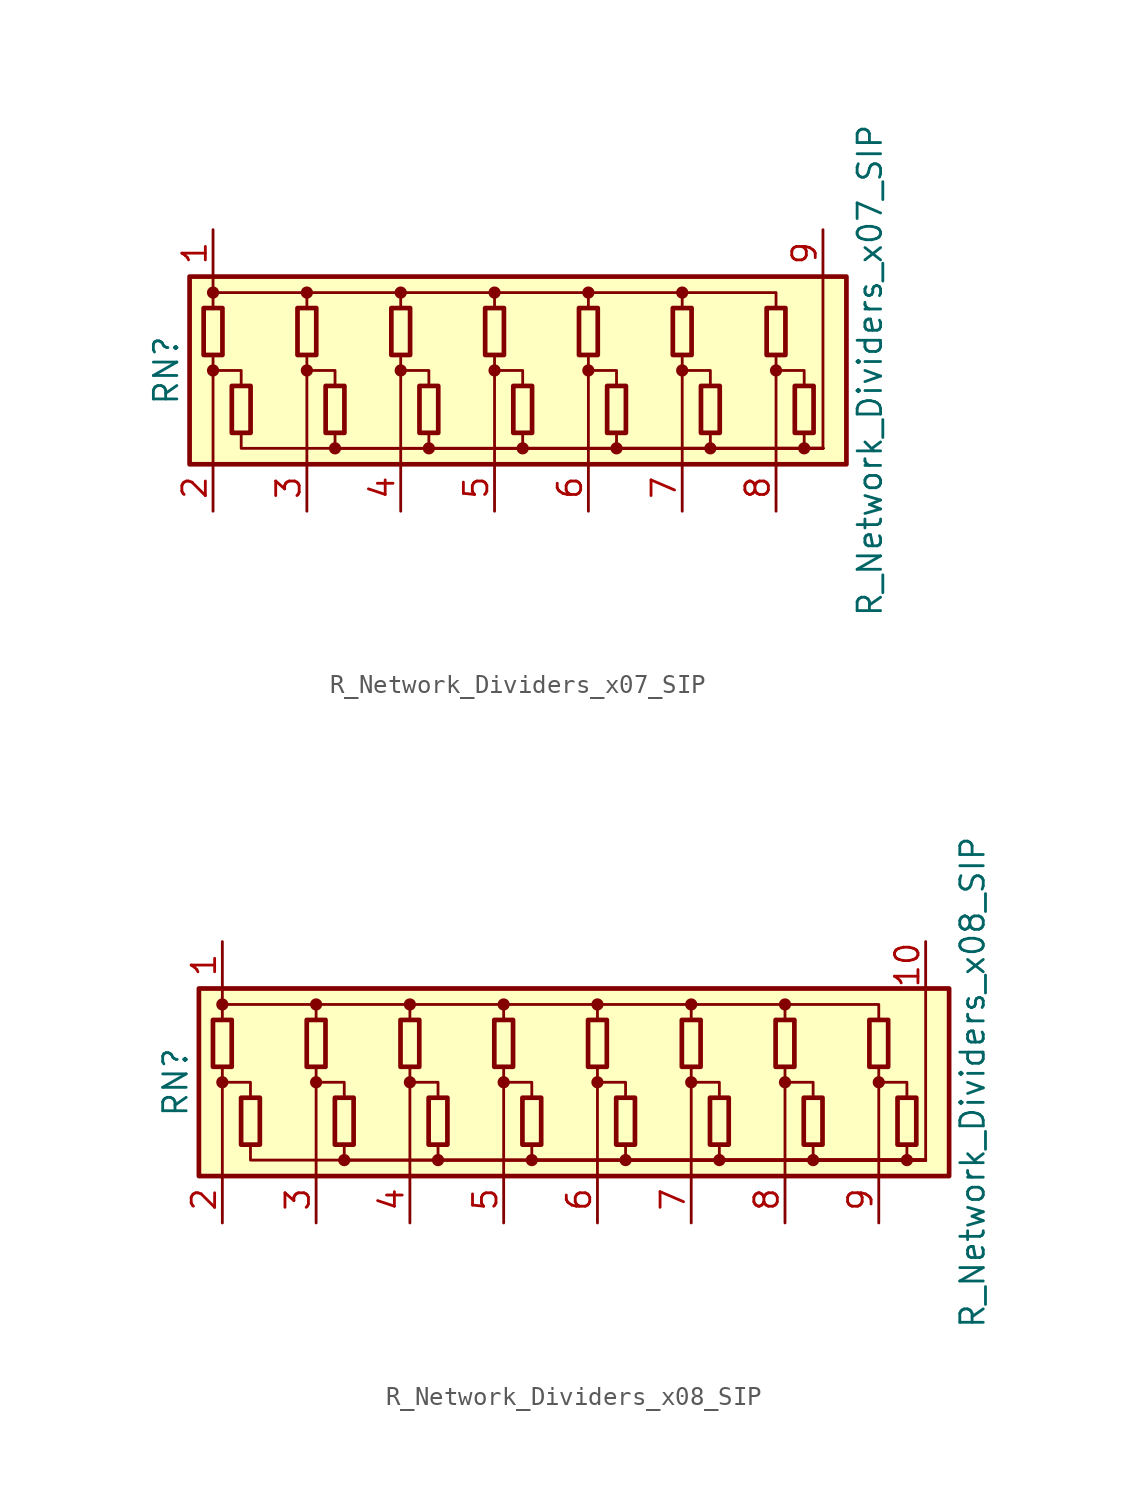
<source format=kicad_sym>
(kicad_symbol_lib
  (version 20241209)
  (generator "kicad_symbol_editor")
  (generator_version "9.0")
  (symbol "R_Network_Dividers_x07_SIP"
    (pin_names
      (offset 0)
      (hide yes))
    (property "Reference" "RN"
      (at -17.78 0 90)
      (effects (font (size 1.27 1.27))))
    (property "Value" "R_Network_Dividers_x07_SIP"
      (at 20.32 0 90)
      (effects (font (size 1.27 1.27))))
    (symbol "R_Network_Dividers_x07_SIP_0_1"
      (rectangle (start -16.51 -5.08) (end 19.05 5.08) (stroke (width 0.254) (type default)) (fill (type background)))
      (rectangle (start -15.748 3.378) (end -14.732 0.838) (stroke (width 0.254) (type default)) (fill (type none)))
      (polyline (pts (xy -15.24 5.08) (xy -15.24 3.378)) (stroke (width 0) (type default)) (fill (type none)))
      (circle (center -15.24 4.216) (radius 0.254) (stroke (width 0) (type default)) (fill (type outline)))
      (polyline (pts (xy -15.24 4.216) (xy -10.16 4.216) (xy -10.16 3.378)) (stroke (width 0) (type default)) (fill (type none)))
      (circle (center -15.24 0) (radius 0.254) (stroke (width 0) (type default)) (fill (type outline)))
      (polyline (pts (xy -15.24 0) (xy -13.716 0) (xy -13.716 -0.838)) (stroke (width 0) (type default)) (fill (type none)))
      (polyline (pts (xy -15.24 -5.08) (xy -15.24 0.838)) (stroke (width 0) (type default)) (fill (type none)))
      (rectangle (start -14.224 -3.378) (end -13.208 -0.838) (stroke (width 0.254) (type default)) (fill (type none)))
      (polyline (pts (xy -13.716 -3.378) (xy -13.716 -4.216) (xy 17.78 -4.216)) (stroke (width 0) (type default)) (fill (type none)))
      (rectangle (start -10.668 3.378) (end -9.652 0.838) (stroke (width 0.254) (type default)) (fill (type none)))
      (circle (center -10.16 4.216) (radius 0.254) (stroke (width 0) (type default)) (fill (type outline)))
      (polyline (pts (xy -10.16 4.216) (xy -5.08 4.216) (xy -5.08 3.378)) (stroke (width 0) (type default)) (fill (type none)))
      (circle (center -10.16 0) (radius 0.254) (stroke (width 0) (type default)) (fill (type outline)))
      (polyline (pts (xy -10.16 0) (xy -8.636 0) (xy -8.636 -0.838)) (stroke (width 0) (type default)) (fill (type none)))
      (polyline (pts (xy -10.16 -5.08) (xy -10.16 0.838)) (stroke (width 0) (type default)) (fill (type none)))
      (rectangle (start -9.144 -3.378) (end -8.128 -0.838) (stroke (width 0.254) (type default)) (fill (type none)))
      (polyline (pts (xy -8.636 -3.378) (xy -8.636 -4.216) (xy 17.78 -4.216)) (stroke (width 0) (type default)) (fill (type none)))
      (circle (center -8.636 -4.216) (radius 0.254) (stroke (width 0) (type default)) (fill (type outline)))
      (rectangle (start -5.588 3.378) (end -4.572 0.838) (stroke (width 0.254) (type default)) (fill (type none)))
      (circle (center -5.08 4.216) (radius 0.254) (stroke (width 0) (type default)) (fill (type outline)))
      (polyline (pts (xy -5.08 4.216) (xy 0 4.216) (xy 0 3.378)) (stroke (width 0) (type default)) (fill (type none)))
      (circle (center -5.08 0) (radius 0.254) (stroke (width 0) (type default)) (fill (type outline)))
      (polyline (pts (xy -5.08 0) (xy -3.556 0) (xy -3.556 -0.838)) (stroke (width 0) (type default)) (fill (type none)))
      (polyline (pts (xy -5.08 -5.08) (xy -5.08 0.838)) (stroke (width 0) (type default)) (fill (type none)))
      (rectangle (start -4.064 -3.378) (end -3.048 -0.838) (stroke (width 0.254) (type default)) (fill (type none)))
      (polyline (pts (xy -3.556 -3.378) (xy -3.556 -4.216) (xy 17.78 -4.216)) (stroke (width 0) (type default)) (fill (type none)))
      (circle (center -3.556 -4.216) (radius 0.254) (stroke (width 0) (type default)) (fill (type outline)))
      (rectangle (start -0.508 3.378) (end 0.508 0.838) (stroke (width 0.254) (type default)) (fill (type none)))
      (circle (center 0 4.216) (radius 0.254) (stroke (width 0) (type default)) (fill (type outline)))
      (polyline (pts (xy 0 4.216) (xy 5.08 4.216) (xy 5.08 3.378)) (stroke (width 0) (type default)) (fill (type none)))
      (polyline (pts (xy 0 0) (xy 1.524 0) (xy 1.524 -0.838)) (stroke (width 0) (type default)) (fill (type none)))
      (circle (center 0 0) (radius 0.254) (stroke (width 0) (type default)) (fill (type outline)))
      (polyline (pts (xy 0 -5.08) (xy 0 0.838)) (stroke (width 0) (type default)) (fill (type none)))
      (rectangle (start 1.016 -3.378) (end 2.032 -0.838) (stroke (width 0.254) (type default)) (fill (type none)))
      (polyline (pts (xy 1.524 -3.378) (xy 1.524 -4.216) (xy 17.78 -4.216)) (stroke (width 0) (type default)) (fill (type none)))
      (circle (center 1.524 -4.216) (radius 0.254) (stroke (width 0) (type default)) (fill (type outline)))
      (rectangle (start 4.572 3.378) (end 5.588 0.838) (stroke (width 0.254) (type default)) (fill (type none)))
      (polyline (pts (xy 5.08 4.216) (xy 10.16 4.216) (xy 10.16 3.378)) (stroke (width 0) (type default)) (fill (type none)))
      (circle (center 5.08 4.216) (radius 0.254) (stroke (width 0) (type default)) (fill (type outline)))
      (polyline (pts (xy 5.08 0) (xy 6.604 0) (xy 6.604 -0.838)) (stroke (width 0) (type default)) (fill (type none)))
      (circle (center 5.08 0) (radius 0.254) (stroke (width 0) (type default)) (fill (type outline)))
      (polyline (pts (xy 5.08 -5.08) (xy 5.08 0.838)) (stroke (width 0) (type default)) (fill (type none)))
      (rectangle (start 6.096 -3.378) (end 7.112 -0.838) (stroke (width 0.254) (type default)) (fill (type none)))
      (polyline (pts (xy 6.604 -3.378) (xy 6.604 -4.216) (xy 17.78 -4.216)) (stroke (width 0) (type default)) (fill (type none)))
      (circle (center 6.604 -4.216) (radius 0.254) (stroke (width 0) (type default)) (fill (type outline)))
      (rectangle (start 9.652 3.378) (end 10.668 0.838) (stroke (width 0.254) (type default)) (fill (type none)))
      (polyline (pts (xy 10.16 4.216) (xy 15.24 4.216) (xy 15.24 3.378)) (stroke (width 0) (type default)) (fill (type none)))
      (circle (center 10.16 4.216) (radius 0.254) (stroke (width 0) (type default)) (fill (type outline)))
      (polyline (pts (xy 10.16 0) (xy 11.684 0) (xy 11.684 -0.838)) (stroke (width 0) (type default)) (fill (type none)))
      (circle (center 10.16 0) (radius 0.254) (stroke (width 0) (type default)) (fill (type outline)))
      (polyline (pts (xy 10.16 -5.08) (xy 10.16 0.838)) (stroke (width 0) (type default)) (fill (type none)))
      (rectangle (start 11.176 -3.378) (end 12.192 -0.838) (stroke (width 0.254) (type default)) (fill (type none)))
      (polyline (pts (xy 11.684 -3.378) (xy 11.684 -4.216) (xy 17.78 -4.216)) (stroke (width 0) (type default)) (fill (type none)))
      (circle (center 11.684 -4.216) (radius 0.254) (stroke (width 0) (type default)) (fill (type outline)))
      (rectangle (start 14.732 3.378) (end 15.748 0.838) (stroke (width 0.254) (type default)) (fill (type none)))
      (polyline (pts (xy 15.24 0) (xy 16.764 0) (xy 16.764 -0.838)) (stroke (width 0) (type default)) (fill (type none)))
      (circle (center 15.24 0) (radius 0.254) (stroke (width 0) (type default)) (fill (type outline)))
      (polyline (pts (xy 15.24 -5.08) (xy 15.24 0.838)) (stroke (width 0) (type default)) (fill (type none)))
      (rectangle (start 16.256 -3.378) (end 17.272 -0.838) (stroke (width 0.254) (type default)) (fill (type none)))
      (polyline (pts (xy 16.764 -3.378) (xy 16.764 -4.216) (xy 17.78 -4.216)) (stroke (width 0) (type default)) (fill (type none)))
      (circle (center 16.764 -4.216) (radius 0.254) (stroke (width 0) (type default)) (fill (type outline)))
      (polyline (pts (xy 17.78 -4.216) (xy 17.78 5.08)) (stroke (width 0) (type default)) (fill (type none))))
    (symbol "R_Network_Dividers_x07_SIP_1_1"
      (pin passive line (at -15.24 7.62 270) (length 2.54) (name "COM1" (effects (font (size 1.27 1.27)))) (number "1" (effects (font (size 1.27 1.27)))))
      (pin passive line (at -15.24 -7.62 90) (length 2.54) (name "R1" (effects (font (size 1.27 1.27)))) (number "2" (effects (font (size 1.27 1.27)))))
      (pin passive line (at -10.16 -7.62 90) (length 2.54) (name "R2" (effects (font (size 1.27 1.27)))) (number "3" (effects (font (size 1.27 1.27)))))
      (pin passive line (at -5.08 -7.62 90) (length 2.54) (name "R3" (effects (font (size 1.27 1.27)))) (number "4" (effects (font (size 1.27 1.27)))))
      (pin passive line (at 0 -7.62 90) (length 2.54) (name "R4" (effects (font (size 1.27 1.27)))) (number "5" (effects (font (size 1.27 1.27)))))
      (pin passive line (at 5.08 -7.62 90) (length 2.54) (name "R5" (effects (font (size 1.27 1.27)))) (number "6" (effects (font (size 1.27 1.27)))))
      (pin passive line (at 10.16 -7.62 90) (length 2.54) (name "R6" (effects (font (size 1.27 1.27)))) (number "7" (effects (font (size 1.27 1.27)))))
      (pin passive line (at 15.24 -7.62 90) (length 2.54) (name "R7" (effects (font (size 1.27 1.27)))) (number "8" (effects (font (size 1.27 1.27)))))
      (pin passive line (at 17.78 7.62 270) (length 2.54) (name "COM2" (effects (font (size 1.27 1.27)))) (number "9" (effects (font (size 1.27 1.27)))))))
  (symbol "R_Network_Dividers_x08_SIP"
    (pin_names
      (offset 0)
      (hide yes))
    (property "Reference" "RN"
      (at -22.86 0 90)
      (effects (font (size 1.27 1.27))))
    (property "Value" "R_Network_Dividers_x08_SIP"
      (at 20.32 0 90)
      (effects (font (size 1.27 1.27))))
    (symbol "R_Network_Dividers_x08_SIP_0_1"
      (rectangle (start -21.59 -5.08) (end 19.05 5.08) (stroke (width 0.254) (type default)) (fill (type background)))
      (rectangle (start -20.828 3.378) (end -19.812 0.838) (stroke (width 0.254) (type default)) (fill (type none)))
      (polyline (pts (xy -20.32 5.08) (xy -20.32 3.378)) (stroke (width 0) (type default)) (fill (type none)))
      (circle (center -20.32 4.216) (radius 0.254) (stroke (width 0) (type default)) (fill (type outline)))
      (polyline (pts (xy -20.32 4.216) (xy -15.24 4.216) (xy -15.24 3.378)) (stroke (width 0) (type default)) (fill (type none)))
      (circle (center -20.32 0) (radius 0.254) (stroke (width 0) (type default)) (fill (type outline)))
      (polyline (pts (xy -20.32 0) (xy -18.796 0) (xy -18.796 -0.838)) (stroke (width 0) (type default)) (fill (type none)))
      (polyline (pts (xy -20.32 -5.08) (xy -20.32 0.838)) (stroke (width 0) (type default)) (fill (type none)))
      (rectangle (start -19.304 -3.378) (end -18.288 -0.838) (stroke (width 0.254) (type default)) (fill (type none)))
      (polyline (pts (xy -18.796 -3.378) (xy -18.796 -4.216) (xy 17.78 -4.216)) (stroke (width 0) (type default)) (fill (type none)))
      (rectangle (start -15.748 3.378) (end -14.732 0.838) (stroke (width 0.254) (type default)) (fill (type none)))
      (circle (center -15.24 4.216) (radius 0.254) (stroke (width 0) (type default)) (fill (type outline)))
      (polyline (pts (xy -15.24 4.216) (xy -10.16 4.216) (xy -10.16 3.378)) (stroke (width 0) (type default)) (fill (type none)))
      (circle (center -15.24 0) (radius 0.254) (stroke (width 0) (type default)) (fill (type outline)))
      (polyline (pts (xy -15.24 0) (xy -13.716 0) (xy -13.716 -0.838)) (stroke (width 0) (type default)) (fill (type none)))
      (polyline (pts (xy -15.24 -5.08) (xy -15.24 0.838)) (stroke (width 0) (type default)) (fill (type none)))
      (rectangle (start -14.224 -3.378) (end -13.208 -0.838) (stroke (width 0.254) (type default)) (fill (type none)))
      (polyline (pts (xy -13.716 -3.378) (xy -13.716 -4.216) (xy 17.78 -4.216)) (stroke (width 0) (type default)) (fill (type none)))
      (circle (center -13.716 -4.216) (radius 0.254) (stroke (width 0) (type default)) (fill (type outline)))
      (rectangle (start -10.668 3.378) (end -9.652 0.838) (stroke (width 0.254) (type default)) (fill (type none)))
      (circle (center -10.16 4.216) (radius 0.254) (stroke (width 0) (type default)) (fill (type outline)))
      (polyline (pts (xy -10.16 4.216) (xy -5.08 4.216) (xy -5.08 3.378)) (stroke (width 0) (type default)) (fill (type none)))
      (circle (center -10.16 0) (radius 0.254) (stroke (width 0) (type default)) (fill (type outline)))
      (polyline (pts (xy -10.16 0) (xy -8.636 0) (xy -8.636 -0.838)) (stroke (width 0) (type default)) (fill (type none)))
      (polyline (pts (xy -10.16 -5.08) (xy -10.16 0.838)) (stroke (width 0) (type default)) (fill (type none)))
      (rectangle (start -9.144 -3.378) (end -8.128 -0.838) (stroke (width 0.254) (type default)) (fill (type none)))
      (polyline (pts (xy -8.636 -3.378) (xy -8.636 -4.216) (xy 17.78 -4.216)) (stroke (width 0) (type default)) (fill (type none)))
      (circle (center -8.636 -4.216) (radius 0.254) (stroke (width 0) (type default)) (fill (type outline)))
      (rectangle (start -5.588 3.378) (end -4.572 0.838) (stroke (width 0.254) (type default)) (fill (type none)))
      (circle (center -5.08 4.216) (radius 0.254) (stroke (width 0) (type default)) (fill (type outline)))
      (polyline (pts (xy -5.08 4.216) (xy 0 4.216) (xy 0 3.378)) (stroke (width 0) (type default)) (fill (type none)))
      (circle (center -5.08 0) (radius 0.254) (stroke (width 0) (type default)) (fill (type outline)))
      (polyline (pts (xy -5.08 0) (xy -3.556 0) (xy -3.556 -0.838)) (stroke (width 0) (type default)) (fill (type none)))
      (polyline (pts (xy -5.08 -5.08) (xy -5.08 0.838)) (stroke (width 0) (type default)) (fill (type none)))
      (rectangle (start -4.064 -3.378) (end -3.048 -0.838) (stroke (width 0.254) (type default)) (fill (type none)))
      (polyline (pts (xy -3.556 -3.378) (xy -3.556 -4.216) (xy 17.78 -4.216)) (stroke (width 0) (type default)) (fill (type none)))
      (circle (center -3.556 -4.216) (radius 0.254) (stroke (width 0) (type default)) (fill (type outline)))
      (rectangle (start -0.508 3.378) (end 0.508 0.838) (stroke (width 0.254) (type default)) (fill (type none)))
      (circle (center 0 4.216) (radius 0.254) (stroke (width 0) (type default)) (fill (type outline)))
      (polyline (pts (xy 0 4.216) (xy 5.08 4.216) (xy 5.08 3.378)) (stroke (width 0) (type default)) (fill (type none)))
      (polyline (pts (xy 0 0) (xy 1.524 0) (xy 1.524 -0.838)) (stroke (width 0) (type default)) (fill (type none)))
      (circle (center 0 0) (radius 0.254) (stroke (width 0) (type default)) (fill (type outline)))
      (polyline (pts (xy 0 -5.08) (xy 0 0.838)) (stroke (width 0) (type default)) (fill (type none)))
      (rectangle (start 1.016 -3.378) (end 2.032 -0.838) (stroke (width 0.254) (type default)) (fill (type none)))
      (polyline (pts (xy 1.524 -3.378) (xy 1.524 -4.216) (xy 17.78 -4.216)) (stroke (width 0) (type default)) (fill (type none)))
      (circle (center 1.524 -4.216) (radius 0.254) (stroke (width 0) (type default)) (fill (type outline)))
      (rectangle (start 4.572 3.378) (end 5.588 0.838) (stroke (width 0.254) (type default)) (fill (type none)))
      (polyline (pts (xy 5.08 4.216) (xy 10.16 4.216) (xy 10.16 3.378)) (stroke (width 0) (type default)) (fill (type none)))
      (circle (center 5.08 4.216) (radius 0.254) (stroke (width 0) (type default)) (fill (type outline)))
      (polyline (pts (xy 5.08 0) (xy 6.604 0) (xy 6.604 -0.838)) (stroke (width 0) (type default)) (fill (type none)))
      (circle (center 5.08 0) (radius 0.254) (stroke (width 0) (type default)) (fill (type outline)))
      (polyline (pts (xy 5.08 -5.08) (xy 5.08 0.838)) (stroke (width 0) (type default)) (fill (type none)))
      (rectangle (start 6.096 -3.378) (end 7.112 -0.838) (stroke (width 0.254) (type default)) (fill (type none)))
      (polyline (pts (xy 6.604 -3.378) (xy 6.604 -4.216) (xy 17.78 -4.216)) (stroke (width 0) (type default)) (fill (type none)))
      (circle (center 6.604 -4.216) (radius 0.254) (stroke (width 0) (type default)) (fill (type outline)))
      (rectangle (start 9.652 3.378) (end 10.668 0.838) (stroke (width 0.254) (type default)) (fill (type none)))
      (polyline (pts (xy 10.16 4.216) (xy 15.24 4.216) (xy 15.24 3.378)) (stroke (width 0) (type default)) (fill (type none)))
      (circle (center 10.16 4.216) (radius 0.254) (stroke (width 0) (type default)) (fill (type outline)))
      (polyline (pts (xy 10.16 0) (xy 11.684 0) (xy 11.684 -0.838)) (stroke (width 0) (type default)) (fill (type none)))
      (circle (center 10.16 0) (radius 0.254) (stroke (width 0) (type default)) (fill (type outline)))
      (polyline (pts (xy 10.16 -5.08) (xy 10.16 0.838)) (stroke (width 0) (type default)) (fill (type none)))
      (rectangle (start 11.176 -3.378) (end 12.192 -0.838) (stroke (width 0.254) (type default)) (fill (type none)))
      (polyline (pts (xy 11.684 -3.378) (xy 11.684 -4.216) (xy 17.78 -4.216)) (stroke (width 0) (type default)) (fill (type none)))
      (circle (center 11.684 -4.216) (radius 0.254) (stroke (width 0) (type default)) (fill (type outline)))
      (rectangle (start 14.732 3.378) (end 15.748 0.838) (stroke (width 0.254) (type default)) (fill (type none)))
      (polyline (pts (xy 15.24 0) (xy 16.764 0) (xy 16.764 -0.838)) (stroke (width 0) (type default)) (fill (type none)))
      (circle (center 15.24 0) (radius 0.254) (stroke (width 0) (type default)) (fill (type outline)))
      (polyline (pts (xy 15.24 -5.08) (xy 15.24 0.838)) (stroke (width 0) (type default)) (fill (type none)))
      (rectangle (start 16.256 -3.378) (end 17.272 -0.838) (stroke (width 0.254) (type default)) (fill (type none)))
      (polyline (pts (xy 16.764 -3.378) (xy 16.764 -4.216) (xy 17.78 -4.216)) (stroke (width 0) (type default)) (fill (type none)))
      (circle (center 16.764 -4.216) (radius 0.254) (stroke (width 0) (type default)) (fill (type outline)))
      (polyline (pts (xy 17.78 -4.216) (xy 17.78 5.08)) (stroke (width 0) (type default)) (fill (type none))))
    (symbol "R_Network_Dividers_x08_SIP_1_1"
      (pin passive line (at -20.32 7.62 270) (length 2.54) (name "COM1" (effects (font (size 1.27 1.27)))) (number "1" (effects (font (size 1.27 1.27)))))
      (pin passive line (at -20.32 -7.62 90) (length 2.54) (name "R1" (effects (font (size 1.27 1.27)))) (number "2" (effects (font (size 1.27 1.27)))))
      (pin passive line (at -15.24 -7.62 90) (length 2.54) (name "R2" (effects (font (size 1.27 1.27)))) (number "3" (effects (font (size 1.27 1.27)))))
      (pin passive line (at -10.16 -7.62 90) (length 2.54) (name "R3" (effects (font (size 1.27 1.27)))) (number "4" (effects (font (size 1.27 1.27)))))
      (pin passive line (at -5.08 -7.62 90) (length 2.54) (name "R4" (effects (font (size 1.27 1.27)))) (number "5" (effects (font (size 1.27 1.27)))))
      (pin passive line (at 0 -7.62 90) (length 2.54) (name "R5" (effects (font (size 1.27 1.27)))) (number "6" (effects (font (size 1.27 1.27)))))
      (pin passive line (at 5.08 -7.62 90) (length 2.54) (name "R6" (effects (font (size 1.27 1.27)))) (number "7" (effects (font (size 1.27 1.27)))))
      (pin passive line (at 10.16 -7.62 90) (length 2.54) (name "R7" (effects (font (size 1.27 1.27)))) (number "8" (effects (font (size 1.27 1.27)))))
      (pin passive line (at 15.24 -7.62 90) (length 2.54) (name "R8" (effects (font (size 1.27 1.27)))) (number "9" (effects (font (size 1.27 1.27)))))
      (pin passive line (at 17.78 7.62 270) (length 2.54) (name "COM2" (effects (font (size 1.27 1.27)))) (number "10" (effects (font (size 1.27 1.27))))))))
</source>
